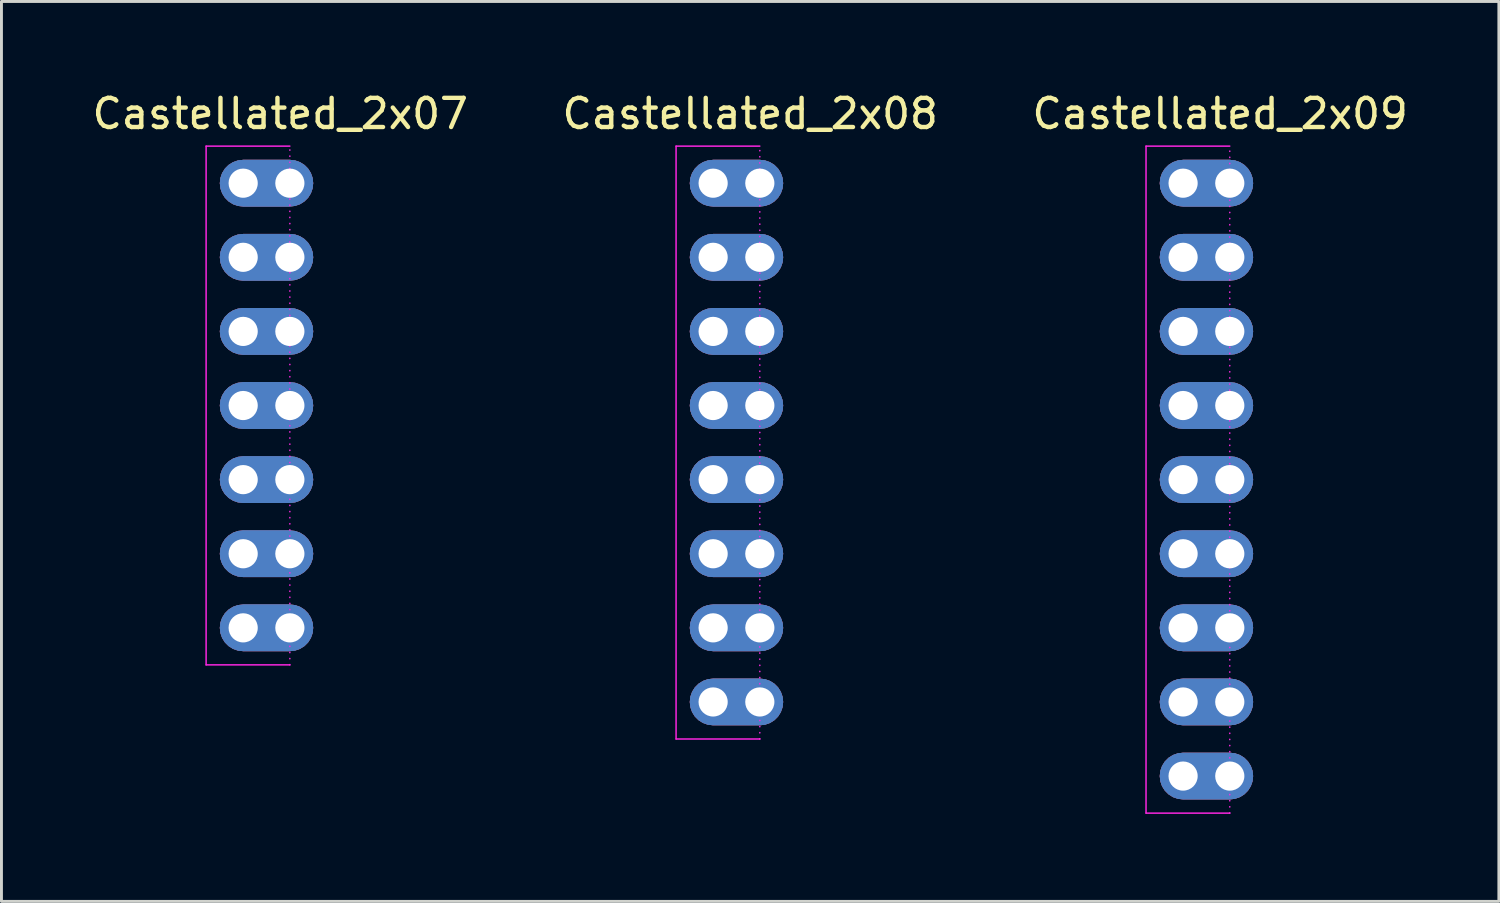
<source format=kicad_pcb>
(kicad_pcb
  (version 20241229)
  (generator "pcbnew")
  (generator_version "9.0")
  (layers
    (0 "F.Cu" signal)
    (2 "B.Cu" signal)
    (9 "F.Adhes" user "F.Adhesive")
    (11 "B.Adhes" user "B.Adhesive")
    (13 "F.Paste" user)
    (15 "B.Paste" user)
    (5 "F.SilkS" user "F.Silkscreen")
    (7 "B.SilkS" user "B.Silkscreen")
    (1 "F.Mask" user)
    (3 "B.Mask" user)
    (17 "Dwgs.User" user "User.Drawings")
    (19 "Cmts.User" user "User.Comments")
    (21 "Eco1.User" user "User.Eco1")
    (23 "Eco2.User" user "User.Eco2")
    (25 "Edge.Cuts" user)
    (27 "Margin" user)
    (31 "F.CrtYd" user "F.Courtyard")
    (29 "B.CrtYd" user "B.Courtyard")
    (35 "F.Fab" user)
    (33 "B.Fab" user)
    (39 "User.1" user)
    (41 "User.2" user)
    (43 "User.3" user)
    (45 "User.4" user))
  (footprint "Castellated_2x07"
    (layer "F.Cu")
    (at 5.284 3.228)
    (property "Reference" "Castellated_2x07" (at 1.27 -2.38 0) (layer "F.SilkS") (effects (font (size 1 1) (thickness 0.15))))
    (attr through_hole)
    (fp_line (start 1.6 -1.27) (end 1.6 16.51) (stroke (width 0.001) (type solid)) (layer "Edge.Cuts"))
    (fp_line (start -1.27 -1.27) (end -1.27 16.51) (stroke (width 0.05) (type solid)) (layer "F.CrtYd"))
    (fp_line (start -1.27 16.51) (end 1.6 16.51) (stroke (width 0.05) (type solid)) (layer "F.CrtYd"))
    (fp_line (start 1.6 -1.27) (end -1.27 -1.27) (stroke (width 0.05) (type solid)) (layer "F.CrtYd"))
    (fp_line (start 1.6 16.51) (end 1.6 -1.27) (stroke (width 0.05) (type dot)) (layer "F.CrtYd"))
    (pad "1" thru_hole roundrect (at 0 0) (size 3.2 1.6) (drill 1 (offset 0.8 0)) (layers "*.Cu" "*.Mask") (roundrect_rratio 0.5))
    (pad "1" thru_hole roundrect (at 1.6 0) (size 3.2 1.6) (drill 1 (offset -0.8 0)) (layers "*.Cu" "*.Mask") (roundrect_rratio 0.5))
    (pad "2" thru_hole roundrect (at 0 2.54) (size 3.2 1.6) (drill 1 (offset 0.8 0)) (layers "*.Cu" "*.Mask") (roundrect_rratio 0.5))
    (pad "2" thru_hole roundrect (at 1.6 2.54) (size 3.2 1.6) (drill 1 (offset -0.8 0)) (layers "*.Cu" "*.Mask") (roundrect_rratio 0.5))
    (pad "3" thru_hole roundrect (at 0 5.08) (size 3.2 1.6) (drill 1 (offset 0.8 0)) (layers "*.Cu" "*.Mask") (roundrect_rratio 0.5))
    (pad "3" thru_hole roundrect (at 1.6 5.08) (size 3.2 1.6) (drill 1 (offset -0.8 0)) (layers "*.Cu" "*.Mask") (roundrect_rratio 0.5))
    (pad "4" thru_hole roundrect (at 0 7.62) (size 3.2 1.6) (drill 1 (offset 0.8 0)) (layers "*.Cu" "*.Mask") (roundrect_rratio 0.5))
    (pad "4" thru_hole roundrect (at 1.6 7.62) (size 3.2 1.6) (drill 1 (offset -0.8 0)) (layers "*.Cu" "*.Mask") (roundrect_rratio 0.5))
    (pad "5" thru_hole roundrect (at 0 10.16) (size 3.2 1.6) (drill 1 (offset 0.8 0)) (layers "*.Cu" "*.Mask") (roundrect_rratio 0.5))
    (pad "5" thru_hole roundrect (at 1.6 10.16) (size 3.2 1.6) (drill 1 (offset -0.8 0)) (layers "*.Cu" "*.Mask") (roundrect_rratio 0.5))
    (pad "6" thru_hole roundrect (at 0 12.7) (size 3.2 1.6) (drill 1 (offset 0.8 0)) (layers "*.Cu" "*.Mask") (roundrect_rratio 0.5))
    (pad "6" thru_hole roundrect (at 1.6 12.7) (size 3.2 1.6) (drill 1 (offset -0.8 0)) (layers "*.Cu" "*.Mask") (roundrect_rratio 0.5))
    (pad "7" thru_hole roundrect (at 0 15.24) (size 3.2 1.6) (drill 1 (offset 0.8 0)) (layers "*.Cu" "*.Mask") (roundrect_rratio 0.5))
    (pad "7" thru_hole roundrect (at 1.6 15.24) (size 3.2 1.6) (drill 1 (offset -0.8 0)) (layers "*.Cu" "*.Mask") (roundrect_rratio 0.5)))
  (footprint "Castellated_2x08"
    (layer "F.Cu")
    (at 21.391 3.228)
    (property "Reference" "Castellated_2x08" (at 1.27 -2.38 0) (layer "F.SilkS") (effects (font (size 1 1) (thickness 0.15))))
    (attr through_hole)
    (fp_line (start 1.6 -1.27) (end 1.6 19.05) (stroke (width 0.001) (type solid)) (layer "Edge.Cuts"))
    (fp_line (start -1.27 -1.27) (end -1.27 19.05) (stroke (width 0.05) (type solid)) (layer "F.CrtYd"))
    (fp_line (start -1.27 19.05) (end 1.6 19.05) (stroke (width 0.05) (type solid)) (layer "F.CrtYd"))
    (fp_line (start 1.6 -1.27) (end -1.27 -1.27) (stroke (width 0.05) (type solid)) (layer "F.CrtYd"))
    (fp_line (start 1.6 19.05) (end 1.6 -1.27) (stroke (width 0.05) (type dot)) (layer "F.CrtYd"))
    (pad "1" thru_hole roundrect (at 0 0) (size 3.2 1.6) (drill 1 (offset 0.8 0)) (layers "*.Cu" "*.Mask") (roundrect_rratio 0.5))
    (pad "1" thru_hole roundrect (at 1.6 0) (size 3.2 1.6) (drill 1 (offset -0.8 0)) (layers "*.Cu" "*.Mask") (roundrect_rratio 0.5))
    (pad "2" thru_hole roundrect (at 0 2.54) (size 3.2 1.6) (drill 1 (offset 0.8 0)) (layers "*.Cu" "*.Mask") (roundrect_rratio 0.5))
    (pad "2" thru_hole roundrect (at 1.6 2.54) (size 3.2 1.6) (drill 1 (offset -0.8 0)) (layers "*.Cu" "*.Mask") (roundrect_rratio 0.5))
    (pad "3" thru_hole roundrect (at 0 5.08) (size 3.2 1.6) (drill 1 (offset 0.8 0)) (layers "*.Cu" "*.Mask") (roundrect_rratio 0.5))
    (pad "3" thru_hole roundrect (at 1.6 5.08) (size 3.2 1.6) (drill 1 (offset -0.8 0)) (layers "*.Cu" "*.Mask") (roundrect_rratio 0.5))
    (pad "4" thru_hole roundrect (at 0 7.62) (size 3.2 1.6) (drill 1 (offset 0.8 0)) (layers "*.Cu" "*.Mask") (roundrect_rratio 0.5))
    (pad "4" thru_hole roundrect (at 1.6 7.62) (size 3.2 1.6) (drill 1 (offset -0.8 0)) (layers "*.Cu" "*.Mask") (roundrect_rratio 0.5))
    (pad "5" thru_hole roundrect (at 0 10.16) (size 3.2 1.6) (drill 1 (offset 0.8 0)) (layers "*.Cu" "*.Mask") (roundrect_rratio 0.5))
    (pad "5" thru_hole roundrect (at 1.6 10.16) (size 3.2 1.6) (drill 1 (offset -0.8 0)) (layers "*.Cu" "*.Mask") (roundrect_rratio 0.5))
    (pad "6" thru_hole roundrect (at 0 12.7) (size 3.2 1.6) (drill 1 (offset 0.8 0)) (layers "*.Cu" "*.Mask") (roundrect_rratio 0.5))
    (pad "6" thru_hole roundrect (at 1.6 12.7) (size 3.2 1.6) (drill 1 (offset -0.8 0)) (layers "*.Cu" "*.Mask") (roundrect_rratio 0.5))
    (pad "7" thru_hole roundrect (at 0 15.24) (size 3.2 1.6) (drill 1 (offset 0.8 0)) (layers "*.Cu" "*.Mask") (roundrect_rratio 0.5))
    (pad "7" thru_hole roundrect (at 1.6 15.24) (size 3.2 1.6) (drill 1 (offset -0.8 0)) (layers "*.Cu" "*.Mask") (roundrect_rratio 0.5))
    (pad "8" thru_hole roundrect (at 0 17.78) (size 3.2 1.6) (drill 1 (offset 0.8 0)) (layers "*.Cu" "*.Mask") (roundrect_rratio 0.5))
    (pad "8" thru_hole roundrect (at 1.6 17.78) (size 3.2 1.6) (drill 1 (offset -0.8 0)) (layers "*.Cu" "*.Mask") (roundrect_rratio 0.5)))
  (footprint "Castellated_2x09"
    (layer "F.Cu")
    (at 37.498 3.228)
    (property "Reference" "Castellated_2x09" (at 1.27 -2.38 0) (layer "F.SilkS") (effects (font (size 1 1) (thickness 0.15))))
    (attr through_hole)
    (fp_line (start 1.6 -1.27) (end 1.6 21.59) (stroke (width 0.001) (type solid)) (layer "Edge.Cuts"))
    (fp_line (start -1.27 -1.27) (end -1.27 21.59) (stroke (width 0.05) (type solid)) (layer "F.CrtYd"))
    (fp_line (start -1.27 21.59) (end 1.6 21.59) (stroke (width 0.05) (type solid)) (layer "F.CrtYd"))
    (fp_line (start 1.6 -1.27) (end -1.27 -1.27) (stroke (width 0.05) (type solid)) (layer "F.CrtYd"))
    (fp_line (start 1.6 21.59) (end 1.6 -1.27) (stroke (width 0.05) (type dot)) (layer "F.CrtYd"))
    (pad "1" thru_hole roundrect (at 0 0) (size 3.2 1.6) (drill 1 (offset 0.8 0)) (layers "*.Cu" "*.Mask") (roundrect_rratio 0.5))
    (pad "1" thru_hole roundrect (at 1.6 0) (size 3.2 1.6) (drill 1 (offset -0.8 0)) (layers "*.Cu" "*.Mask") (roundrect_rratio 0.5))
    (pad "2" thru_hole roundrect (at 0 2.54) (size 3.2 1.6) (drill 1 (offset 0.8 0)) (layers "*.Cu" "*.Mask") (roundrect_rratio 0.5))
    (pad "2" thru_hole roundrect (at 1.6 2.54) (size 3.2 1.6) (drill 1 (offset -0.8 0)) (layers "*.Cu" "*.Mask") (roundrect_rratio 0.5))
    (pad "3" thru_hole roundrect (at 0 5.08) (size 3.2 1.6) (drill 1 (offset 0.8 0)) (layers "*.Cu" "*.Mask") (roundrect_rratio 0.5))
    (pad "3" thru_hole roundrect (at 1.6 5.08) (size 3.2 1.6) (drill 1 (offset -0.8 0)) (layers "*.Cu" "*.Mask") (roundrect_rratio 0.5))
    (pad "4" thru_hole roundrect (at 0 7.62) (size 3.2 1.6) (drill 1 (offset 0.8 0)) (layers "*.Cu" "*.Mask") (roundrect_rratio 0.5))
    (pad "4" thru_hole roundrect (at 1.6 7.62) (size 3.2 1.6) (drill 1 (offset -0.8 0)) (layers "*.Cu" "*.Mask") (roundrect_rratio 0.5))
    (pad "5" thru_hole roundrect (at 0 10.16) (size 3.2 1.6) (drill 1 (offset 0.8 0)) (layers "*.Cu" "*.Mask") (roundrect_rratio 0.5))
    (pad "5" thru_hole roundrect (at 1.6 10.16) (size 3.2 1.6) (drill 1 (offset -0.8 0)) (layers "*.Cu" "*.Mask") (roundrect_rratio 0.5))
    (pad "6" thru_hole roundrect (at 0 12.7) (size 3.2 1.6) (drill 1 (offset 0.8 0)) (layers "*.Cu" "*.Mask") (roundrect_rratio 0.5))
    (pad "6" thru_hole roundrect (at 1.6 12.7) (size 3.2 1.6) (drill 1 (offset -0.8 0)) (layers "*.Cu" "*.Mask") (roundrect_rratio 0.5))
    (pad "7" thru_hole roundrect (at 0 15.24) (size 3.2 1.6) (drill 1 (offset 0.8 0)) (layers "*.Cu" "*.Mask") (roundrect_rratio 0.5))
    (pad "7" thru_hole roundrect (at 1.6 15.24) (size 3.2 1.6) (drill 1 (offset -0.8 0)) (layers "*.Cu" "*.Mask") (roundrect_rratio 0.5))
    (pad "8" thru_hole roundrect (at 0 17.78) (size 3.2 1.6) (drill 1 (offset 0.8 0)) (layers "*.Cu" "*.Mask") (roundrect_rratio 0.5))
    (pad "8" thru_hole roundrect (at 1.6 17.78) (size 3.2 1.6) (drill 1 (offset -0.8 0)) (layers "*.Cu" "*.Mask") (roundrect_rratio 0.5))
    (pad "9" thru_hole roundrect (at 0 20.32) (size 3.2 1.6) (drill 1 (offset 0.8 0)) (layers "*.Cu" "*.Mask") (roundrect_rratio 0.5))
    (pad "9" thru_hole roundrect (at 1.6 20.32) (size 3.2 1.6) (drill 1 (offset -0.8 0)) (layers "*.Cu" "*.Mask") (roundrect_rratio 0.5)))
  (gr_rect
    (start -3 -3)
    (end 48.321 27.843)
    (stroke (width 0.1) (type default))
    (fill no)
    (layer "Edge.Cuts")))
</source>
